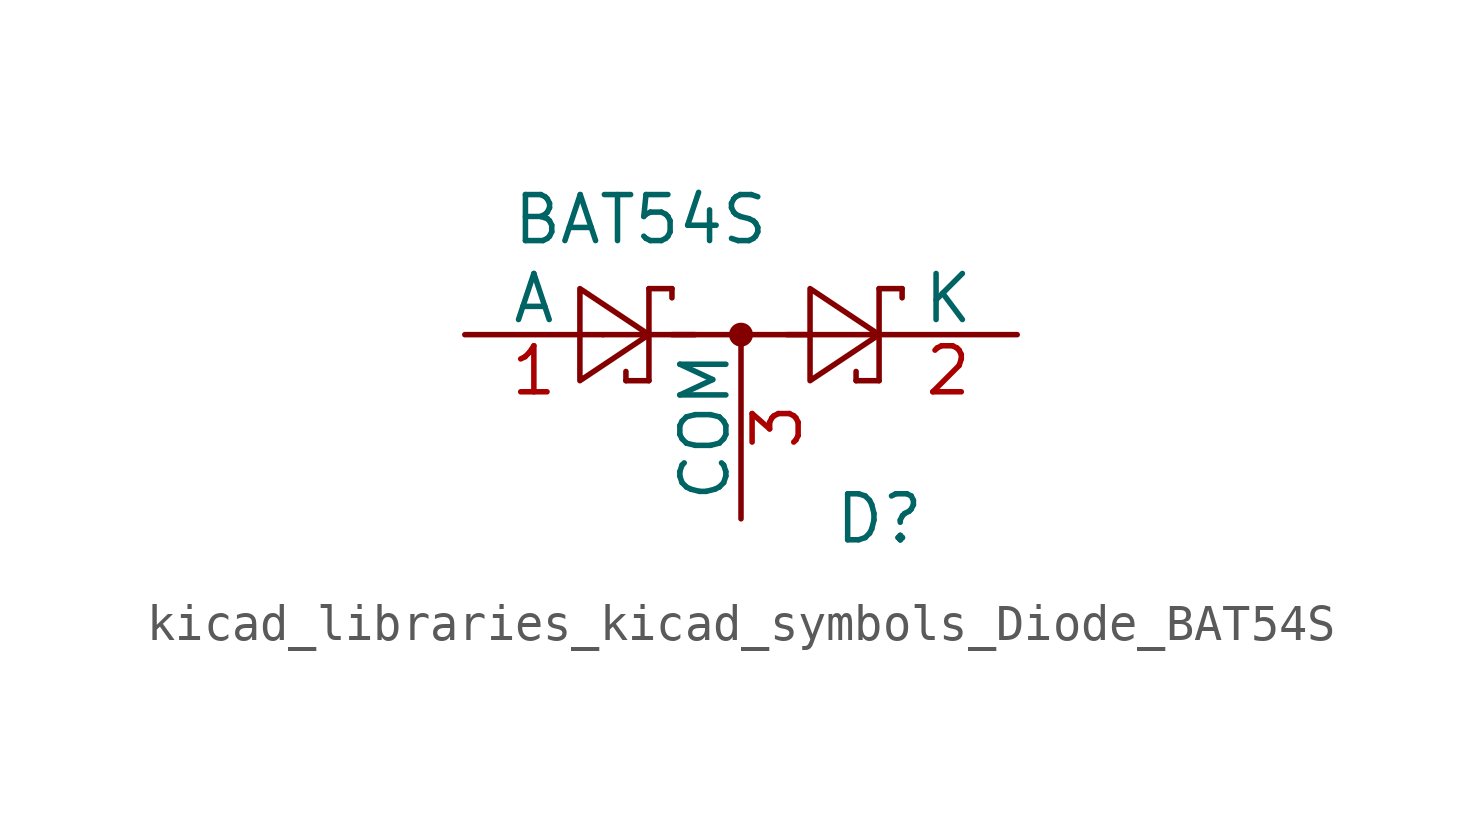
<source format=kicad_sym>
(kicad_symbol_lib
  (version 20220914)
  (generator kicad_symbol_editor)
  (symbol "kicad_libraries_kicad_symbols_Diode_BAT54S"
    (pin_names
      (offset 0))
    (property "Reference" "D"
      (at 2.54 -5.08 0)
      (effects (font (size 1.27 1.27)) (justify left)))
    (property "Value" "BAT54S"
      (at -6.35 3.175 0)
      (effects (font (size 1.27 1.27)) (justify left)))
    (symbol "kicad_libraries_kicad_symbols_Diode_BAT54S_0_1"
      (polyline (pts (xy -3.81 0) (xy -1.27 0)) (stroke (width 0) (type default)) (fill (type none)))
      (polyline (pts (xy -3.175 -1.27) (xy -3.175 -1.016)) (stroke (width 0) (type default)) (fill (type none)))
      (polyline (pts (xy -2.54 -1.27) (xy -3.175 -1.27)) (stroke (width 0) (type default)) (fill (type none)))
      (polyline (pts (xy -2.54 -1.27) (xy -2.54 1.27)) (stroke (width 0) (type default)) (fill (type none)))
      (polyline (pts (xy -2.54 1.27) (xy -1.905 1.27)) (stroke (width 0) (type default)) (fill (type none)))
      (polyline (pts (xy -1.905 0) (xy 1.905 0)) (stroke (width 0) (type default)) (fill (type none)))
      (polyline (pts (xy -1.905 1.27) (xy -1.905 1.016)) (stroke (width 0) (type default)) (fill (type none)))
      (polyline (pts (xy 1.27 0) (xy 3.81 0)) (stroke (width 0) (type default)) (fill (type none)))
      (polyline (pts (xy 3.175 -1.27) (xy 3.175 -1.016)) (stroke (width 0) (type default)) (fill (type none)))
      (polyline (pts (xy 3.81 -1.27) (xy 3.175 -1.27)) (stroke (width 0) (type default)) (fill (type none)))
      (polyline (pts (xy 3.81 -1.27) (xy 3.81 1.27)) (stroke (width 0) (type default)) (fill (type none)))
      (polyline (pts (xy 3.81 1.27) (xy 4.445 1.27)) (stroke (width 0) (type default)) (fill (type none)))
      (polyline (pts (xy 4.445 1.27) (xy 4.445 1.016)) (stroke (width 0) (type default)) (fill (type none)))
      (polyline (pts (xy -4.445 1.27) (xy -4.445 -1.27) (xy -2.54 0) (xy -4.445 1.27)) (stroke (width 0) (type default)) (fill (type none)))
      (polyline (pts (xy 1.905 1.27) (xy 1.905 -1.27) (xy 3.81 0) (xy 1.905 1.27)) (stroke (width 0) (type default)) (fill (type none)))
      (circle (center 0 0) (radius 0.254) (stroke (width 0) (type default)) (fill (type outline))))
    (symbol "kicad_libraries_kicad_symbols_Diode_BAT54S_1_1"
      (pin passive line (at -7.62 0 0) (length 3.81) (name "A" (effects (font (size 1.27 1.27)))) (number "1" (effects (font (size 1.27 1.27)))))
      (pin passive line (at 7.62 0 180) (length 3.81) (name "K" (effects (font (size 1.27 1.27)))) (number "2" (effects (font (size 1.27 1.27)))))
      (pin passive line (at 0 -5.08 90) (length 5.08) (name "COM" (effects (font (size 1.27 1.27)))) (number "3" (effects (font (size 1.27 1.27))))))))
</source>
